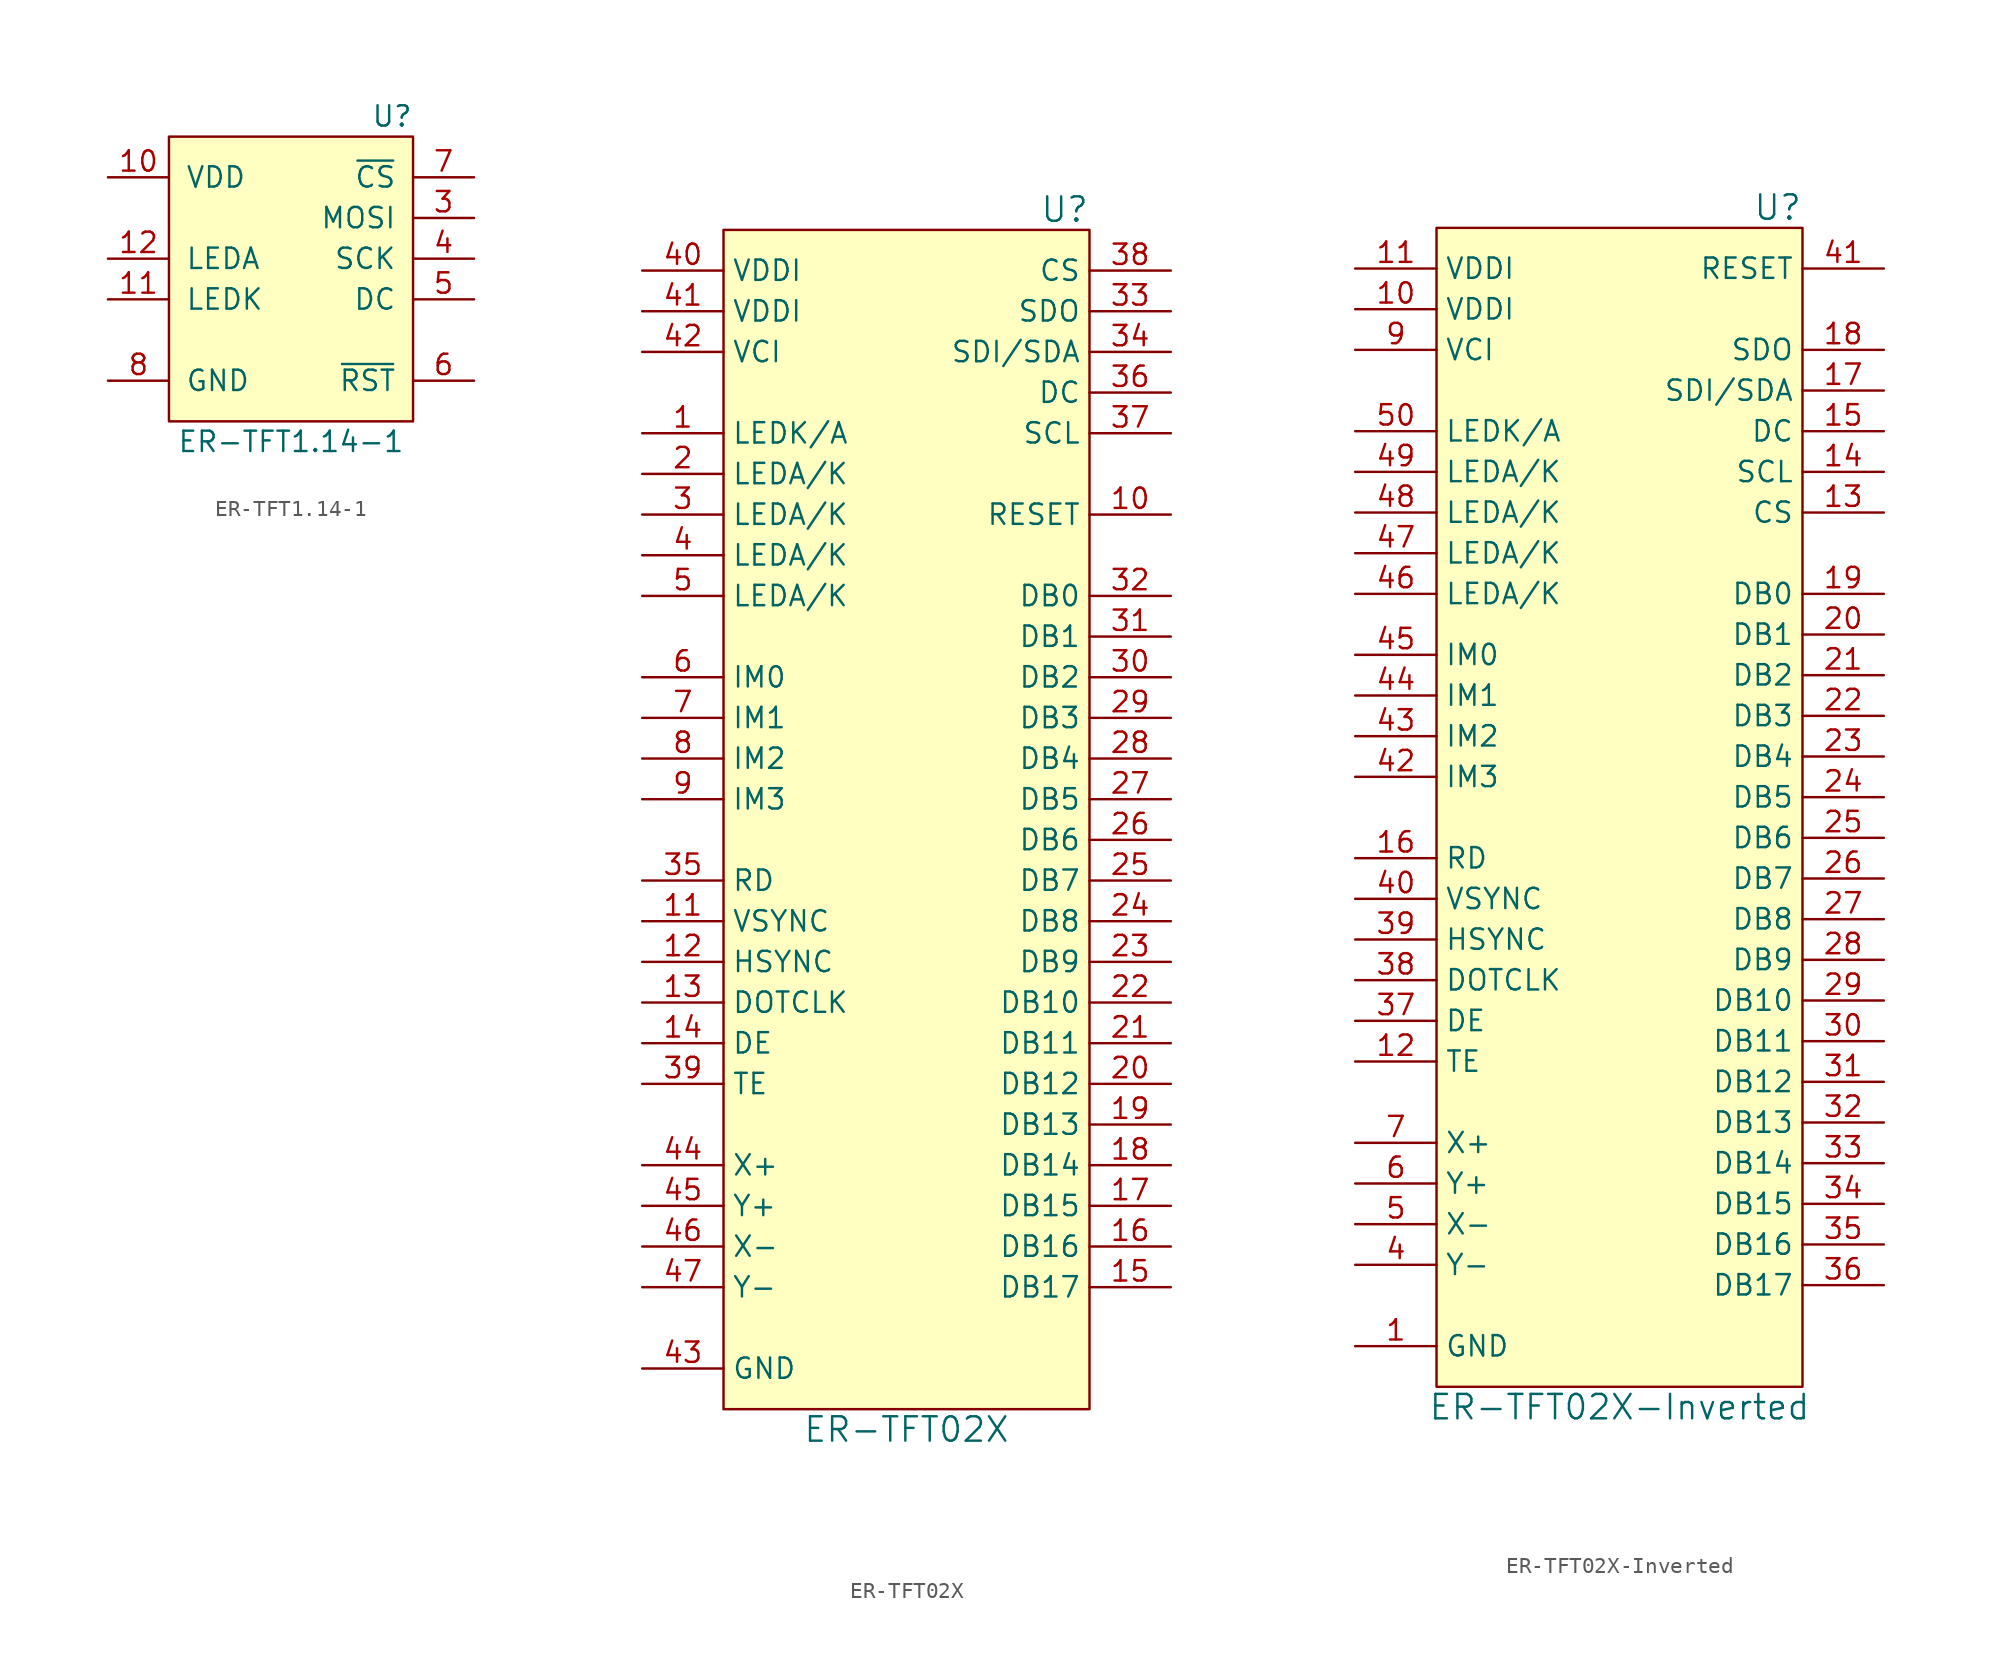
<source format=kicad_sym>
(kicad_symbol_lib
  (version 20201005)
  (generator kicad_symbol_editor)
  (symbol "Display_Graphic_Extra:ER-TFT1.14-1"
    (pin_names
      (offset 1.016))
    (property "Reference" "U"
      (at 7.62 8.89 0)
      (effects (font (size 1.27 1.27)) (justify right)))
    (property "Value" "ER-TFT1.14-1"
      (at 0 -11.43 0)
      (effects (font (size 1.27 1.27))))
    (symbol "ER-TFT1.14-1_0_1"
      (rectangle (start -7.62 7.62) (end 7.62 -10.16) (stroke (width 0.152)) (fill (type background))))
    (symbol "ER-TFT1.14-1_1_1"
      (pin unconnected line (at 0 3.81 0) (length 3.81) hide (name "~" (effects (font (size 1.27 1.27)))) (number "1" (effects (font (size 1.27 1.27)))))
      (pin power_in line (at -11.43 5.08 0) (length 3.81) (name "VDD" (effects (font (size 1.27 1.27)))) (number "10" (effects (font (size 1.27 1.27)))))
      (pin input line (at -11.43 -2.54 0) (length 3.81) (name "LEDK" (effects (font (size 1.27 1.27)))) (number "11" (effects (font (size 1.27 1.27)))))
      (pin input line (at -11.43 0 0) (length 3.81) (name "LEDA" (effects (font (size 1.27 1.27)))) (number "12" (effects (font (size 1.27 1.27)))))
      (pin passive line (at -11.43 -7.62 0) (length 3.81) hide (name "GND" (effects (font (size 1.27 1.27)))) (number "13" (effects (font (size 1.27 1.27)))))
      (pin unconnected line (at 0 1.27 0) (length 3.81) hide (name "~" (effects (font (size 1.27 1.27)))) (number "2" (effects (font (size 1.27 1.27)))))
      (pin input line (at 11.43 2.54 180) (length 3.81) (name "MOSI" (effects (font (size 1.27 1.27)))) (number "3" (effects (font (size 1.27 1.27)))))
      (pin input line (at 11.43 0 180) (length 3.81) (name "SCK" (effects (font (size 1.27 1.27)))) (number "4" (effects (font (size 1.27 1.27)))))
      (pin input line (at 11.43 -2.54 180) (length 3.81) (name "DC" (effects (font (size 1.27 1.27)))) (number "5" (effects (font (size 1.27 1.27)))))
      (pin input line (at 11.43 -7.62 180) (length 3.81) (name "~RST~" (effects (font (size 1.27 1.27)))) (number "6" (effects (font (size 1.27 1.27)))))
      (pin input line (at 11.43 5.08 180) (length 3.81) (name "~CS~" (effects (font (size 1.27 1.27)))) (number "7" (effects (font (size 1.27 1.27)))))
      (pin power_in line (at -11.43 -7.62 0) (length 3.81) (name "GND" (effects (font (size 1.27 1.27)))) (number "8" (effects (font (size 1.27 1.27)))))
      (pin unconnected line (at 0 -1.27 0) (length 3.81) hide (name "~" (effects (font (size 1.27 1.27)))) (number "9" (effects (font (size 1.27 1.27)))))))
  (symbol "Display_Graphic_Extra:ER-TFT02X"
    (property "Reference" "U"
      (at 11.43 36.83 0)
      (effects (font (size 1.524 1.524)) (justify right)))
    (property "Value" "ER-TFT02X"
      (at 0 -39.37 0)
      (effects (font (size 1.524 1.524))))
    (symbol "ER-TFT02X_0_1"
      (rectangle (start -11.43 35.56) (end 11.43 -38.1) (stroke (width 0)) (fill (type background))))
    (symbol "ER-TFT02X_1_1"
      (pin input line (at -16.51 22.86 0) (length 5.08) (name "LEDK/A" (effects (font (size 1.27 1.27)))) (number "1" (effects (font (size 1.27 1.27)))))
      (pin input line (at 16.51 17.78 180) (length 5.08) (name "RESET" (effects (font (size 1.27 1.27)))) (number "10" (effects (font (size 1.27 1.27)))))
      (pin input line (at -16.51 -7.62 0) (length 5.08) (name "VSYNC" (effects (font (size 1.27 1.27)))) (number "11" (effects (font (size 1.27 1.27)))))
      (pin input line (at -16.51 -10.16 0) (length 5.08) (name "HSYNC" (effects (font (size 1.27 1.27)))) (number "12" (effects (font (size 1.27 1.27)))))
      (pin input line (at -16.51 -12.7 0) (length 5.08) (name "DOTCLK" (effects (font (size 1.27 1.27)))) (number "13" (effects (font (size 1.27 1.27)))))
      (pin input line (at -16.51 -15.24 0) (length 5.08) (name "DE" (effects (font (size 1.27 1.27)))) (number "14" (effects (font (size 1.27 1.27)))))
      (pin input line (at 16.51 -30.48 180) (length 5.08) (name "DB17" (effects (font (size 1.27 1.27)))) (number "15" (effects (font (size 1.27 1.27)))))
      (pin input line (at 16.51 -27.94 180) (length 5.08) (name "DB16" (effects (font (size 1.27 1.27)))) (number "16" (effects (font (size 1.27 1.27)))))
      (pin input line (at 16.51 -25.4 180) (length 5.08) (name "DB15" (effects (font (size 1.27 1.27)))) (number "17" (effects (font (size 1.27 1.27)))))
      (pin input line (at 16.51 -22.86 180) (length 5.08) (name "DB14" (effects (font (size 1.27 1.27)))) (number "18" (effects (font (size 1.27 1.27)))))
      (pin input line (at 16.51 -20.32 180) (length 5.08) (name "DB13" (effects (font (size 1.27 1.27)))) (number "19" (effects (font (size 1.27 1.27)))))
      (pin input line (at -16.51 20.32 0) (length 5.08) (name "LEDA/K" (effects (font (size 1.27 1.27)))) (number "2" (effects (font (size 1.27 1.27)))))
      (pin input line (at 16.51 -17.78 180) (length 5.08) (name "DB12" (effects (font (size 1.27 1.27)))) (number "20" (effects (font (size 1.27 1.27)))))
      (pin input line (at 16.51 -15.24 180) (length 5.08) (name "DB11" (effects (font (size 1.27 1.27)))) (number "21" (effects (font (size 1.27 1.27)))))
      (pin input line (at 16.51 -12.7 180) (length 5.08) (name "DB10" (effects (font (size 1.27 1.27)))) (number "22" (effects (font (size 1.27 1.27)))))
      (pin input line (at 16.51 -10.16 180) (length 5.08) (name "DB9" (effects (font (size 1.27 1.27)))) (number "23" (effects (font (size 1.27 1.27)))))
      (pin input line (at 16.51 -7.62 180) (length 5.08) (name "DB8" (effects (font (size 1.27 1.27)))) (number "24" (effects (font (size 1.27 1.27)))))
      (pin input line (at 16.51 -5.08 180) (length 5.08) (name "DB7" (effects (font (size 1.27 1.27)))) (number "25" (effects (font (size 1.27 1.27)))))
      (pin input line (at 16.51 -2.54 180) (length 5.08) (name "DB6" (effects (font (size 1.27 1.27)))) (number "26" (effects (font (size 1.27 1.27)))))
      (pin input line (at 16.51 0 180) (length 5.08) (name "DB5" (effects (font (size 1.27 1.27)))) (number "27" (effects (font (size 1.27 1.27)))))
      (pin input line (at 16.51 2.54 180) (length 5.08) (name "DB4" (effects (font (size 1.27 1.27)))) (number "28" (effects (font (size 1.27 1.27)))))
      (pin input line (at 16.51 5.08 180) (length 5.08) (name "DB3" (effects (font (size 1.27 1.27)))) (number "29" (effects (font (size 1.27 1.27)))))
      (pin input line (at -16.51 17.78 0) (length 5.08) (name "LEDA/K" (effects (font (size 1.27 1.27)))) (number "3" (effects (font (size 1.27 1.27)))))
      (pin input line (at 16.51 7.62 180) (length 5.08) (name "DB2" (effects (font (size 1.27 1.27)))) (number "30" (effects (font (size 1.27 1.27)))))
      (pin input line (at 16.51 10.16 180) (length 5.08) (name "DB1" (effects (font (size 1.27 1.27)))) (number "31" (effects (font (size 1.27 1.27)))))
      (pin input line (at 16.51 12.7 180) (length 5.08) (name "DB0" (effects (font (size 1.27 1.27)))) (number "32" (effects (font (size 1.27 1.27)))))
      (pin output line (at 16.51 30.48 180) (length 5.08) (name "SDO" (effects (font (size 1.27 1.27)))) (number "33" (effects (font (size 1.27 1.27)))))
      (pin input line (at 16.51 27.94 180) (length 5.08) (name "SDI/SDA" (effects (font (size 1.27 1.27)))) (number "34" (effects (font (size 1.27 1.27)))))
      (pin input line (at -16.51 -5.08 0) (length 5.08) (name "RD" (effects (font (size 1.27 1.27)))) (number "35" (effects (font (size 1.27 1.27)))))
      (pin input line (at 16.51 25.4 180) (length 5.08) (name "DC" (effects (font (size 1.27 1.27)))) (number "36" (effects (font (size 1.27 1.27)))))
      (pin input line (at 16.51 22.86 180) (length 5.08) (name "SCL" (effects (font (size 1.27 1.27)))) (number "37" (effects (font (size 1.27 1.27)))))
      (pin input line (at 16.51 33.02 180) (length 5.08) (name "CS" (effects (font (size 1.27 1.27)))) (number "38" (effects (font (size 1.27 1.27)))))
      (pin input line (at -16.51 -17.78 0) (length 5.08) (name "TE" (effects (font (size 1.27 1.27)))) (number "39" (effects (font (size 1.27 1.27)))))
      (pin input line (at -16.51 15.24 0) (length 5.08) (name "LEDA/K" (effects (font (size 1.27 1.27)))) (number "4" (effects (font (size 1.27 1.27)))))
      (pin power_in line (at -16.51 33.02 0) (length 5.08) (name "VDDI" (effects (font (size 1.27 1.27)))) (number "40" (effects (font (size 1.27 1.27)))))
      (pin power_in line (at -16.51 30.48 0) (length 5.08) (name "VDDI" (effects (font (size 1.27 1.27)))) (number "41" (effects (font (size 1.27 1.27)))))
      (pin power_in line (at -16.51 27.94 0) (length 5.08) (name "VCI" (effects (font (size 1.27 1.27)))) (number "42" (effects (font (size 1.27 1.27)))))
      (pin power_in line (at -16.51 -35.56 0) (length 5.08) (name "GND" (effects (font (size 1.27 1.27)))) (number "43" (effects (font (size 1.27 1.27)))))
      (pin output line (at -16.51 -22.86 0) (length 5.08) (name "X+" (effects (font (size 1.27 1.27)))) (number "44" (effects (font (size 1.27 1.27)))))
      (pin output line (at -16.51 -25.4 0) (length 5.08) (name "Y+" (effects (font (size 1.27 1.27)))) (number "45" (effects (font (size 1.27 1.27)))))
      (pin output line (at -16.51 -27.94 0) (length 5.08) (name "X-" (effects (font (size 1.27 1.27)))) (number "46" (effects (font (size 1.27 1.27)))))
      (pin output line (at -16.51 -30.48 0) (length 5.08) (name "Y-" (effects (font (size 1.27 1.27)))) (number "47" (effects (font (size 1.27 1.27)))))
      (pin passive line (at -16.51 -35.56 0) (length 5.08) hide (name "GND" (effects (font (size 1.27 1.27)))) (number "48" (effects (font (size 1.27 1.27)))))
      (pin passive line (at -16.51 -35.56 0) (length 5.08) hide (name "GND" (effects (font (size 1.27 1.27)))) (number "49" (effects (font (size 1.27 1.27)))))
      (pin input line (at -16.51 12.7 0) (length 5.08) (name "LEDA/K" (effects (font (size 1.27 1.27)))) (number "5" (effects (font (size 1.27 1.27)))))
      (pin passive line (at -16.51 -35.56 0) (length 5.08) hide (name "GND" (effects (font (size 1.27 1.27)))) (number "50" (effects (font (size 1.27 1.27)))))
      (pin input line (at -16.51 7.62 0) (length 5.08) (name "IM0" (effects (font (size 1.27 1.27)))) (number "6" (effects (font (size 1.27 1.27)))))
      (pin input line (at -16.51 5.08 0) (length 5.08) (name "IM1" (effects (font (size 1.27 1.27)))) (number "7" (effects (font (size 1.27 1.27)))))
      (pin input line (at -16.51 2.54 0) (length 5.08) (name "IM2" (effects (font (size 1.27 1.27)))) (number "8" (effects (font (size 1.27 1.27)))))
      (pin input line (at -16.51 0 0) (length 5.08) (name "IM3" (effects (font (size 1.27 1.27)))) (number "9" (effects (font (size 1.27 1.27)))))))
  (symbol "Display_Graphic_Extra:ER-TFT02X-Inverted"
    (property "Reference" "U"
      (at 11.43 36.83 0)
      (effects (font (size 1.524 1.524)) (justify right)))
    (property "Value" "ER-TFT02X-Inverted"
      (at 0 -38.1 0)
      (effects (font (size 1.524 1.524))))
    (symbol "ER-TFT02X-Inverted_0_1"
      (rectangle (start -11.43 35.56) (end 11.43 -36.83) (stroke (width 0)) (fill (type background))))
    (symbol "ER-TFT02X-Inverted_1_1"
      (pin power_in line (at -16.51 -34.29 0) (length 5.08) (name "GND" (effects (font (size 1.27 1.27)))) (number "1" (effects (font (size 1.27 1.27)))))
      (pin power_in line (at -16.51 30.48 0) (length 5.08) (name "VDDI" (effects (font (size 1.27 1.27)))) (number "10" (effects (font (size 1.27 1.27)))))
      (pin power_in line (at -16.51 33.02 0) (length 5.08) (name "VDDI" (effects (font (size 1.27 1.27)))) (number "11" (effects (font (size 1.27 1.27)))))
      (pin input line (at -16.51 -16.51 0) (length 5.08) (name "TE" (effects (font (size 1.27 1.27)))) (number "12" (effects (font (size 1.27 1.27)))))
      (pin input line (at 16.51 17.78 180) (length 5.08) (name "CS" (effects (font (size 1.27 1.27)))) (number "13" (effects (font (size 1.27 1.27)))))
      (pin input line (at 16.51 20.32 180) (length 5.08) (name "SCL" (effects (font (size 1.27 1.27)))) (number "14" (effects (font (size 1.27 1.27)))))
      (pin input line (at 16.51 22.86 180) (length 5.08) (name "DC" (effects (font (size 1.27 1.27)))) (number "15" (effects (font (size 1.27 1.27)))))
      (pin input line (at -16.51 -3.81 0) (length 5.08) (name "RD" (effects (font (size 1.27 1.27)))) (number "16" (effects (font (size 1.27 1.27)))))
      (pin input line (at 16.51 25.4 180) (length 5.08) (name "SDI/SDA" (effects (font (size 1.27 1.27)))) (number "17" (effects (font (size 1.27 1.27)))))
      (pin output line (at 16.51 27.94 180) (length 5.08) (name "SDO" (effects (font (size 1.27 1.27)))) (number "18" (effects (font (size 1.27 1.27)))))
      (pin input line (at 16.51 12.7 180) (length 5.08) (name "DB0" (effects (font (size 1.27 1.27)))) (number "19" (effects (font (size 1.27 1.27)))))
      (pin passive line (at -16.51 -34.29 0) (length 5.08) hide (name "GND" (effects (font (size 1.27 1.27)))) (number "2" (effects (font (size 1.27 1.27)))))
      (pin input line (at 16.51 10.16 180) (length 5.08) (name "DB1" (effects (font (size 1.27 1.27)))) (number "20" (effects (font (size 1.27 1.27)))))
      (pin input line (at 16.51 7.62 180) (length 5.08) (name "DB2" (effects (font (size 1.27 1.27)))) (number "21" (effects (font (size 1.27 1.27)))))
      (pin input line (at 16.51 5.08 180) (length 5.08) (name "DB3" (effects (font (size 1.27 1.27)))) (number "22" (effects (font (size 1.27 1.27)))))
      (pin input line (at 16.51 2.54 180) (length 5.08) (name "DB4" (effects (font (size 1.27 1.27)))) (number "23" (effects (font (size 1.27 1.27)))))
      (pin input line (at 16.51 0 180) (length 5.08) (name "DB5" (effects (font (size 1.27 1.27)))) (number "24" (effects (font (size 1.27 1.27)))))
      (pin input line (at 16.51 -2.54 180) (length 5.08) (name "DB6" (effects (font (size 1.27 1.27)))) (number "25" (effects (font (size 1.27 1.27)))))
      (pin input line (at 16.51 -5.08 180) (length 5.08) (name "DB7" (effects (font (size 1.27 1.27)))) (number "26" (effects (font (size 1.27 1.27)))))
      (pin input line (at 16.51 -7.62 180) (length 5.08) (name "DB8" (effects (font (size 1.27 1.27)))) (number "27" (effects (font (size 1.27 1.27)))))
      (pin input line (at 16.51 -10.16 180) (length 5.08) (name "DB9" (effects (font (size 1.27 1.27)))) (number "28" (effects (font (size 1.27 1.27)))))
      (pin input line (at 16.51 -12.7 180) (length 5.08) (name "DB10" (effects (font (size 1.27 1.27)))) (number "29" (effects (font (size 1.27 1.27)))))
      (pin passive line (at -16.51 -34.29 0) (length 5.08) hide (name "GND" (effects (font (size 1.27 1.27)))) (number "3" (effects (font (size 1.27 1.27)))))
      (pin input line (at 16.51 -15.24 180) (length 5.08) (name "DB11" (effects (font (size 1.27 1.27)))) (number "30" (effects (font (size 1.27 1.27)))))
      (pin input line (at 16.51 -17.78 180) (length 5.08) (name "DB12" (effects (font (size 1.27 1.27)))) (number "31" (effects (font (size 1.27 1.27)))))
      (pin input line (at 16.51 -20.32 180) (length 5.08) (name "DB13" (effects (font (size 1.27 1.27)))) (number "32" (effects (font (size 1.27 1.27)))))
      (pin input line (at 16.51 -22.86 180) (length 5.08) (name "DB14" (effects (font (size 1.27 1.27)))) (number "33" (effects (font (size 1.27 1.27)))))
      (pin input line (at 16.51 -25.4 180) (length 5.08) (name "DB15" (effects (font (size 1.27 1.27)))) (number "34" (effects (font (size 1.27 1.27)))))
      (pin input line (at 16.51 -27.94 180) (length 5.08) (name "DB16" (effects (font (size 1.27 1.27)))) (number "35" (effects (font (size 1.27 1.27)))))
      (pin input line (at 16.51 -30.48 180) (length 5.08) (name "DB17" (effects (font (size 1.27 1.27)))) (number "36" (effects (font (size 1.27 1.27)))))
      (pin input line (at -16.51 -13.97 0) (length 5.08) (name "DE" (effects (font (size 1.27 1.27)))) (number "37" (effects (font (size 1.27 1.27)))))
      (pin input line (at -16.51 -11.43 0) (length 5.08) (name "DOTCLK" (effects (font (size 1.27 1.27)))) (number "38" (effects (font (size 1.27 1.27)))))
      (pin input line (at -16.51 -8.89 0) (length 5.08) (name "HSYNC" (effects (font (size 1.27 1.27)))) (number "39" (effects (font (size 1.27 1.27)))))
      (pin output line (at -16.51 -29.21 0) (length 5.08) (name "Y-" (effects (font (size 1.27 1.27)))) (number "4" (effects (font (size 1.27 1.27)))))
      (pin input line (at -16.51 -6.35 0) (length 5.08) (name "VSYNC" (effects (font (size 1.27 1.27)))) (number "40" (effects (font (size 1.27 1.27)))))
      (pin input line (at 16.51 33.02 180) (length 5.08) (name "RESET" (effects (font (size 1.27 1.27)))) (number "41" (effects (font (size 1.27 1.27)))))
      (pin input line (at -16.51 1.27 0) (length 5.08) (name "IM3" (effects (font (size 1.27 1.27)))) (number "42" (effects (font (size 1.27 1.27)))))
      (pin input line (at -16.51 3.81 0) (length 5.08) (name "IM2" (effects (font (size 1.27 1.27)))) (number "43" (effects (font (size 1.27 1.27)))))
      (pin input line (at -16.51 6.35 0) (length 5.08) (name "IM1" (effects (font (size 1.27 1.27)))) (number "44" (effects (font (size 1.27 1.27)))))
      (pin input line (at -16.51 8.89 0) (length 5.08) (name "IM0" (effects (font (size 1.27 1.27)))) (number "45" (effects (font (size 1.27 1.27)))))
      (pin input line (at -16.51 12.7 0) (length 5.08) (name "LEDA/K" (effects (font (size 1.27 1.27)))) (number "46" (effects (font (size 1.27 1.27)))))
      (pin input line (at -16.51 15.24 0) (length 5.08) (name "LEDA/K" (effects (font (size 1.27 1.27)))) (number "47" (effects (font (size 1.27 1.27)))))
      (pin input line (at -16.51 17.78 0) (length 5.08) (name "LEDA/K" (effects (font (size 1.27 1.27)))) (number "48" (effects (font (size 1.27 1.27)))))
      (pin input line (at -16.51 20.32 0) (length 5.08) (name "LEDA/K" (effects (font (size 1.27 1.27)))) (number "49" (effects (font (size 1.27 1.27)))))
      (pin output line (at -16.51 -26.67 0) (length 5.08) (name "X-" (effects (font (size 1.27 1.27)))) (number "5" (effects (font (size 1.27 1.27)))))
      (pin input line (at -16.51 22.86 0) (length 5.08) (name "LEDK/A" (effects (font (size 1.27 1.27)))) (number "50" (effects (font (size 1.27 1.27)))))
      (pin output line (at -16.51 -24.13 0) (length 5.08) (name "Y+" (effects (font (size 1.27 1.27)))) (number "6" (effects (font (size 1.27 1.27)))))
      (pin output line (at -16.51 -21.59 0) (length 5.08) (name "X+" (effects (font (size 1.27 1.27)))) (number "7" (effects (font (size 1.27 1.27)))))
      (pin passive line (at -16.51 -34.29 0) (length 5.08) hide (name "GND" (effects (font (size 1.27 1.27)))) (number "8" (effects (font (size 1.27 1.27)))))
      (pin power_in line (at -16.51 27.94 0) (length 5.08) (name "VCI" (effects (font (size 1.27 1.27)))) (number "9" (effects (font (size 1.27 1.27))))))))
</source>
